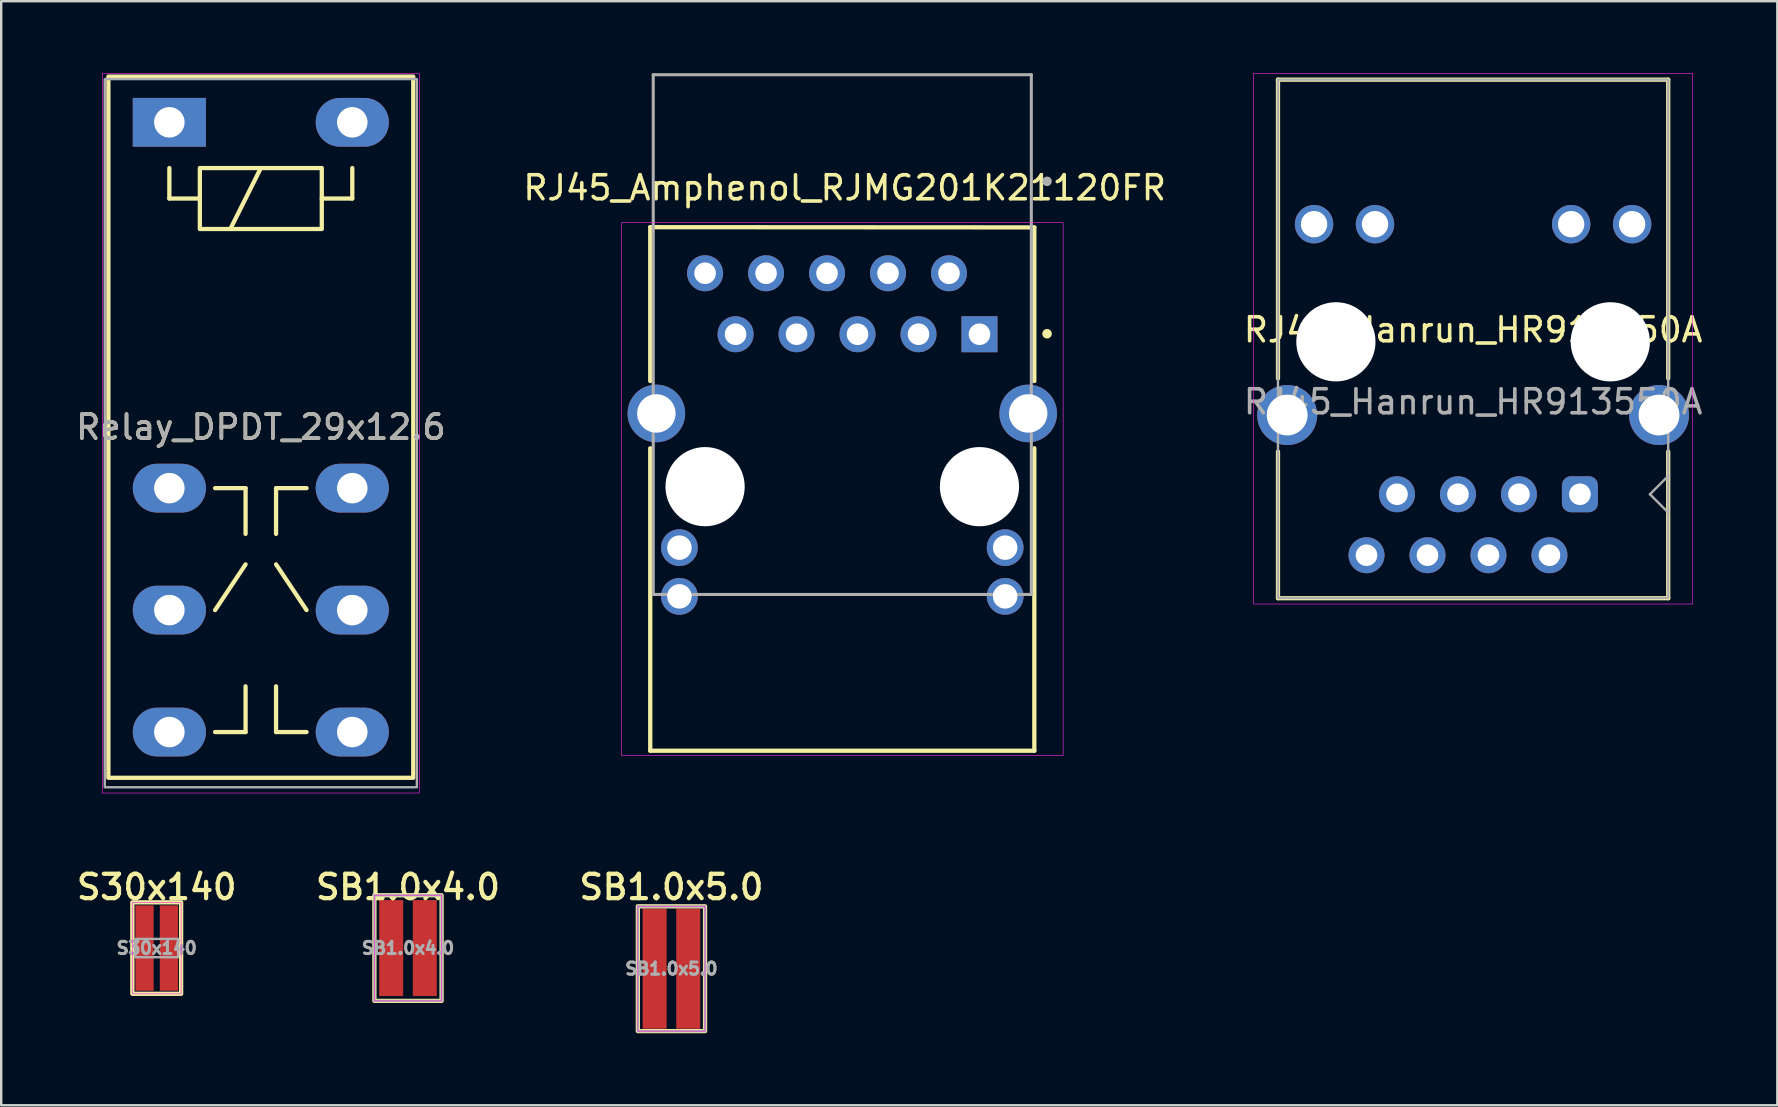
<source format=kicad_pcb>
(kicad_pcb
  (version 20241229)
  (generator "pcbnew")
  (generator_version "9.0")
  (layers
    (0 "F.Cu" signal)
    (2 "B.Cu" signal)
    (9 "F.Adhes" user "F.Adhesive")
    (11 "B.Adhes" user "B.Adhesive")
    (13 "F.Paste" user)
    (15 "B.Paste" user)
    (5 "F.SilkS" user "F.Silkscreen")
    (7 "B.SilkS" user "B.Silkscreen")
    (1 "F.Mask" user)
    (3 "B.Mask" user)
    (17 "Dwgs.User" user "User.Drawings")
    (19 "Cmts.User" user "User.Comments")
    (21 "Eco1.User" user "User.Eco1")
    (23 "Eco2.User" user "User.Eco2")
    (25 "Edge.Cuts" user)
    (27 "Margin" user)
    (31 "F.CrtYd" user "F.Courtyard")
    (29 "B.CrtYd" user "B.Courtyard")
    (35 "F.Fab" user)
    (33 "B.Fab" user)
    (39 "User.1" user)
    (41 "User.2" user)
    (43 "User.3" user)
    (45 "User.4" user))
  (footprint "S30x140"
    (layer "F.Cu")
    (at 3.479 36.444)
    (property "Reference" "S30x140" (at 0 -2.54 0) (layer "F.SilkS") (effects (font (size 1.016 1.016) (thickness 0.178))))
    (attr smd)
    (fp_rect (start -1.016 -1.905) (end 1.016 1.905) (stroke (width 0.178) (type solid)) (fill no) (layer "F.SilkS"))
    (fp_rect (start -1.016 -1.905) (end 1.016 1.905) (stroke (width 0.025) (type solid)) (fill no) (layer "F.CrtYd"))
    (fp_rect (start -0.889 -0.381) (end 0.889 0.381) (stroke (width 0.1) (type solid)) (fill no) (layer "F.Fab"))
    (fp_text user "${REFERENCE}" (at 0 0 0) (layer "F.Fab") (effects (font (size 0.508 0.508) (thickness 0.127))))
    (pad "1" smd rect (at -0.508 0) (size 0.762 3.556) (layers "F.Cu" "F.Mask" "F.Paste"))
    (pad "2" smd rect (at 0.508 0) (size 0.762 3.556) (layers "F.Cu" "F.Mask" "F.Paste")))
  (footprint "RJ45_Amphenol_RJMG201K21120FR"
    (layer "F.Cu")
    (at 32.037 10.873)
    (property "Reference" "RJ45_Amphenol_RJMG201K21120FR" (at 0.1 -6.1 0) (layer "F.SilkS") (effects (font (size 1 1) (thickness 0.15))))
    (attr through_hole)
    (fp_line (start -8 -4.46) (end 8 -4.45) (stroke (width 0.178) (type solid)) (layer "F.SilkS"))
    (fp_line (start -8 1.95) (end -8 -4.46) (stroke (width 0.178) (type solid)) (layer "F.SilkS"))
    (fp_line (start -8 17.35) (end -8 4.75) (stroke (width 0.178) (type solid)) (layer "F.SilkS"))
    (fp_line (start 8 -4.45) (end 8 1.95) (stroke (width 0.178) (type solid)) (layer "F.SilkS"))
    (fp_line (start 8 17.35) (end -8 17.35) (stroke (width 0.178) (type solid)) (layer "F.SilkS"))
    (fp_line (start 8 17.35) (end 8 4.75) (stroke (width 0.178) (type solid)) (layer "F.SilkS"))
    (fp_circle (center 8.53 -0.02) (end 8.63 -0.02) (stroke (width 0.2) (type solid)) (fill no) (layer "F.SilkS"))
    (fp_rect (start -9.2 -4.65) (end 9.2 17.55) (stroke (width 0.025) (type default)) (fill no) (layer "F.CrtYd"))
    (fp_line (start -7.875 -10.81) (end 7.875 -10.81) (stroke (width 0.127) (type solid)) (layer "F.Fab"))
    (fp_line (start -7.875 10.84) (end -7.875 -10.81) (stroke (width 0.127) (type solid)) (layer "F.Fab"))
    (fp_line (start 7.875 -10.81) (end 7.875 10.84) (stroke (width 0.127) (type solid)) (layer "F.Fab"))
    (fp_line (start 7.875 10.84) (end -7.875 10.84) (stroke (width 0.127) (type solid)) (layer "F.Fab"))
    (fp_circle (center 8.53 -6.37) (end 8.63 -6.37) (stroke (width 0.2) (type solid)) (fill no) (layer "F.Fab"))
    (pad "" np_thru_hole circle (at -5.715 6.35) (size 3.3 3.3) (drill 3.3) (layers "*.Cu" "*.Mask"))
    (pad "" np_thru_hole circle (at 5.715 6.35) (size 3.3 3.3) (drill 3.3) (layers "*.Cu" "*.Mask"))
    (pad "L1" thru_hole circle (at -6.785 10.92) (size 1.53 1.53) (drill 1.02) (layers "*.Cu" "*.Mask"))
    (pad "L2" thru_hole circle (at -6.785 8.89) (size 1.53 1.53) (drill 1.02) (layers "*.Cu" "*.Mask"))
    (pad "L3" thru_hole circle (at 6.785 10.92) (size 1.53 1.53) (drill 1.02) (layers "*.Cu" "*.Mask"))
    (pad "L4" thru_hole circle (at 6.785 8.89) (size 1.53 1.53) (drill 1.02) (layers "*.Cu" "*.Mask"))
    (pad "P1" thru_hole rect (at 5.715 0) (size 1.5 1.5) (drill 0.9) (layers "*.Cu" "*.Mask"))
    (pad "P2" thru_hole circle (at 4.445 -2.54) (size 1.5 1.5) (drill 0.9) (layers "*.Cu" "*.Mask"))
    (pad "P3" thru_hole circle (at 3.175 0) (size 1.5 1.5) (drill 0.9) (layers "*.Cu" "*.Mask"))
    (pad "P4" thru_hole circle (at 1.905 -2.54) (size 1.5 1.5) (drill 0.9) (layers "*.Cu" "*.Mask"))
    (pad "P5" thru_hole circle (at 0.635 0) (size 1.5 1.5) (drill 0.9) (layers "*.Cu" "*.Mask"))
    (pad "P6" thru_hole circle (at -0.635 -2.54) (size 1.5 1.5) (drill 0.9) (layers "*.Cu" "*.Mask"))
    (pad "P7" thru_hole circle (at -1.905 0) (size 1.5 1.5) (drill 0.9) (layers "*.Cu" "*.Mask"))
    (pad "P8" thru_hole circle (at -3.175 -2.54) (size 1.5 1.5) (drill 0.9) (layers "*.Cu" "*.Mask"))
    (pad "P9" thru_hole circle (at -4.445 0) (size 1.5 1.5) (drill 0.9) (layers "*.Cu" "*.Mask"))
    (pad "P10" thru_hole circle (at -5.715 -2.54) (size 1.5 1.5) (drill 0.9) (layers "*.Cu" "*.Mask"))
    (pad "SH" thru_hole circle (at -7.745 3.3) (size 2.4 2.4) (drill 1.6) (layers "*.Cu" "*.Mask"))
    (pad "SH" thru_hole circle (at 7.745 3.3) (size 2.4 2.4) (drill 1.6) (layers "*.Cu" "*.Mask")))
  (footprint "SB1.0x4.0"
    (layer "F.Cu")
    (at 13.946 36.444)
    (property "Reference" "SB1.0x4.0" (at 0 -2.54 0) (layer "F.SilkS") (effects (font (size 1.016 1.016) (thickness 0.178))))
    (attr smd)
    (fp_rect (start -1.4 -2.2) (end 1.4 2.2) (stroke (width 0.178) (type solid)) (fill no) (layer "F.SilkS"))
    (fp_rect (start -1.4 -2.2) (end 1.4 2.2) (stroke (width 0.025) (type solid)) (fill no) (layer "F.CrtYd"))
    (fp_rect (start -1.4 -2.2) (end 1.4 2.2) (stroke (width 0.1) (type solid)) (fill no) (layer "F.Fab"))
    (fp_text user "${REFERENCE}" (at 0 0 0) (layer "F.Fab") (effects (font (size 0.508 0.508) (thickness 0.127))))
    (pad "1" smd rect (at -0.7 0) (size 1 4) (layers "F.Cu" "F.Mask" "F.Paste"))
    (pad "2" smd rect (at 0.7 0) (size 1 4) (layers "F.Cu" "F.Mask" "F.Paste")))
  (footprint "RJ45_Hanrun_HR913550A"
    (layer "F.Cu")
    (at 58.315 11.189)
    (property "Reference" "RJ45_Hanrun_HR913550A" (at 0 -0.5 0) (unlocked yes) (layer "F.SilkS") (effects (font (size 1 1) (thickness 0.15))))
    (fp_line (start -8.128 -10.92) (end 8.128 -10.92) (stroke (width 0.178) (type solid)) (layer "F.SilkS"))
    (fp_line (start -8.128 1.524) (end -8.128 -10.92) (stroke (width 0.178) (type solid)) (layer "F.SilkS"))
    (fp_line (start -8.128 10.68) (end -8.128 4.572) (stroke (width 0.178) (type solid)) (layer "F.SilkS"))
    (fp_line (start 8.128 -10.92) (end 8.128 1.524) (stroke (width 0.178) (type solid)) (layer "F.SilkS"))
    (fp_line (start 8.128 4.572) (end 8.128 10.68) (stroke (width 0.178) (type solid)) (layer "F.SilkS"))
    (fp_line (start 8.128 10.68) (end -8.128 10.68) (stroke (width 0.178) (type solid)) (layer "F.SilkS"))
    (fp_rect (start -9.144 10.922) (end 9.144 -11.176) (stroke (width 0.025) (type solid)) (fill no) (layer "F.CrtYd"))
    (fp_line (start 7.366 6.35) (end 8.128 5.588) (stroke (width 0.1) (type solid)) (layer "F.Fab"))
    (fp_line (start 8.128 7.112) (end 7.366 6.35) (stroke (width 0.1) (type solid)) (layer "F.Fab"))
    (fp_rect (start -8.128 10.668) (end 8.128 -10.922) (stroke (width 0.1) (type solid)) (fill no) (layer "F.Fab"))
    (fp_text user "${REFERENCE}" (at 0 2.5 0) (unlocked yes) (layer "F.Fab") (effects (font (size 1 1) (thickness 0.15))))
    (pad "" np_thru_hole circle (at -5.715 0) (size 3.3 3.3) (drill 3.3) (layers "*.Cu" "*.Mask"))
    (pad "" np_thru_hole circle (at 5.715 0) (size 3.3 3.3) (drill 3.3) (layers "*.Cu" "*.Mask"))
    (pad "L1" thru_hole circle (at -6.625 -4.9) (size 1.6 1.6) (drill 1.1) (layers "*.Cu" "*.Mask"))
    (pad "L2" thru_hole circle (at -4.085 -4.9) (size 1.6 1.6) (drill 1.1) (layers "*.Cu" "*.Mask"))
    (pad "L3" thru_hole circle (at 4.085 -4.9) (size 1.6 1.6) (drill 1.1) (layers "*.Cu" "*.Mask"))
    (pad "L4" thru_hole circle (at 6.625 -4.9) (size 1.6 1.6) (drill 1.1) (layers "*.Cu" "*.Mask"))
    (pad "R1" thru_hole roundrect (at 4.45 6.35) (size 1.5 1.5) (drill 0.9) (layers "*.Cu" "*.Mask") (roundrect_rratio 0.25))
    (pad "R2" thru_hole circle (at 3.18 8.89) (size 1.5 1.5) (drill 0.9) (layers "*.Cu" "*.Mask"))
    (pad "R3" thru_hole circle (at 1.91 6.35) (size 1.5 1.5) (drill 0.9) (layers "*.Cu" "*.Mask"))
    (pad "R4" thru_hole circle (at 0.64 8.89) (size 1.5 1.5) (drill 0.9) (layers "*.Cu" "*.Mask"))
    (pad "R5" thru_hole circle (at -0.63 6.35) (size 1.5 1.5) (drill 0.9) (layers "*.Cu" "*.Mask"))
    (pad "R6" thru_hole circle (at -1.9 8.89) (size 1.5 1.5) (drill 0.9) (layers "*.Cu" "*.Mask"))
    (pad "R7" thru_hole circle (at -3.17 6.35) (size 1.5 1.5) (drill 0.9) (layers "*.Cu" "*.Mask"))
    (pad "R8" thru_hole circle (at -4.44 8.89) (size 1.5 1.5) (drill 0.9) (layers "*.Cu" "*.Mask"))
    (pad "SH" thru_hole circle (at -7.745 3.05) (size 2.5 2.5) (drill 1.7) (layers "*.Cu" "*.Mask"))
    (pad "SH" thru_hole circle (at 7.745 3.05) (size 2.5 2.5) (drill 1.7) (layers "*.Cu" "*.Mask")))
  (footprint "Relay_DPDT_29x12.6"
    (layer "F.Cu")
    (at 7.815 14.745)
    (property "Reference" "Relay_DPDT_29x12.6" (at 0 0 0) (layer "F.SilkS") (effects (font (size 1 1) (thickness 0.15))))
    (attr through_hole)
    (fp_line (start -3.81 -10.795) (end -3.81 -9.525) (stroke (width 0.178) (type solid)) (layer "F.SilkS"))
    (fp_line (start -3.81 -9.525) (end -2.54 -9.525) (stroke (width 0.178) (type solid)) (layer "F.SilkS"))
    (fp_line (start -1.905 2.54) (end -0.635 2.54) (stroke (width 0.178) (type solid)) (layer "F.SilkS"))
    (fp_line (start -1.905 7.62) (end -0.635 5.715) (stroke (width 0.178) (type solid)) (layer "F.SilkS"))
    (fp_line (start -1.905 12.7) (end -0.635 12.7) (stroke (width 0.178) (type solid)) (layer "F.SilkS"))
    (fp_line (start -1.27 -8.255) (end 0 -10.795) (stroke (width 0.178) (type solid)) (layer "F.SilkS"))
    (fp_line (start -0.635 2.54) (end -0.635 4.445) (stroke (width 0.178) (type solid)) (layer "F.SilkS"))
    (fp_line (start -0.635 10.795) (end -0.635 12.7) (stroke (width 0.178) (type solid)) (layer "F.SilkS"))
    (fp_line (start 0.635 2.54) (end 0.635 4.445) (stroke (width 0.178) (type solid)) (layer "F.SilkS"))
    (fp_line (start 0.635 2.54) (end 1.905 2.54) (stroke (width 0.178) (type solid)) (layer "F.SilkS"))
    (fp_line (start 0.635 10.795) (end 0.635 12.7) (stroke (width 0.178) (type solid)) (layer "F.SilkS"))
    (fp_line (start 0.635 12.7) (end 1.905 12.7) (stroke (width 0.178) (type solid)) (layer "F.SilkS"))
    (fp_line (start 1.905 7.62) (end 0.635 5.715) (stroke (width 0.178) (type solid)) (layer "F.SilkS"))
    (fp_line (start 3.81 -10.795) (end 3.81 -9.525) (stroke (width 0.178) (type solid)) (layer "F.SilkS"))
    (fp_line (start 3.81 -9.525) (end 2.54 -9.525) (stroke (width 0.178) (type solid)) (layer "F.SilkS"))
    (fp_rect (start -6.35 -14.605) (end 6.35 14.605) (stroke (width 0.178) (type solid)) (fill no) (layer "F.SilkS"))
    (fp_rect (start -2.54 -10.795) (end 2.54 -8.255) (stroke (width 0.178) (type solid)) (fill no) (layer "F.SilkS"))
    (fp_rect (start -6.604 -14.732) (end 6.604 15.24) (stroke (width 0.025) (type solid)) (fill no) (layer "F.CrtYd"))
    (fp_rect (start -6.5 -14.5) (end 6.5 15) (stroke (width 0.1) (type solid)) (fill no) (layer "F.Fab"))
    (fp_text user "${REFERENCE}" (at 0 0 180) (layer "F.Fab") (effects (font (size 1 1) (thickness 0.15))))
    (pad "CO1" thru_hole oval (at -3.81 7.62 90) (size 2.032 3.048) (drill 1.27) (layers "*.Cu" "*.Mask"))
    (pad "CO2" thru_hole oval (at 3.81 7.62 90) (size 2.032 3.048) (drill 1.27) (layers "*.Cu" "*.Mask"))
    (pad "N" thru_hole oval (at 3.81 -12.7) (size 3.048 2.032) (drill 1.27) (layers "*.Cu" "*.Mask"))
    (pad "NC1" thru_hole oval (at -3.81 2.54 90) (size 2.032 3.048) (drill 1.27) (layers "*.Cu" "*.Mask"))
    (pad "NC2" thru_hole oval (at 3.81 2.54 90) (size 2.032 3.048) (drill 1.27) (layers "*.Cu" "*.Mask"))
    (pad "NO1" thru_hole oval (at -3.81 12.7 90) (size 2.032 3.048) (drill 1.27) (layers "*.Cu" "*.Mask"))
    (pad "NO2" thru_hole oval (at 3.81 12.7 90) (size 2.032 3.048) (drill 1.27) (layers "*.Cu" "*.Mask"))
    (pad "P" thru_hole rect (at -3.81 -12.7) (size 3.048 2.032) (drill 1.27) (layers "*.Cu" "*.Mask")))
  (footprint "SB1.0x5.0"
    (layer "F.Cu")
    (at 24.92 37.304)
    (property "Reference" "SB1.0x5.0" (at 0 -3.4 0) (layer "F.SilkS") (effects (font (size 1.016 1.016) (thickness 0.178))))
    (attr smd)
    (fp_rect (start -1.4 -2.6) (end 1.4 2.6) (stroke (width 0.178) (type solid)) (fill no) (layer "F.SilkS"))
    (fp_rect (start -1.4 -2.6) (end 1.4 2.6) (stroke (width 0.025) (type solid)) (fill no) (layer "F.CrtYd"))
    (fp_rect (start -1.4 -2.6) (end 1.4 2.6) (stroke (width 0.1) (type solid)) (fill no) (layer "F.Fab"))
    (fp_text user "${REFERENCE}" (at 0 0 0) (layer "F.Fab") (effects (font (size 0.508 0.508) (thickness 0.127))))
    (pad "1" smd rect (at -0.7 0) (size 1 5) (layers "F.Cu" "F.Mask" "F.Paste"))
    (pad "2" smd rect (at 0.7 0) (size 1 5) (layers "F.Cu" "F.Mask" "F.Paste")))
  (gr_rect
    (start -3 -3)
    (end 70.988 42.993)
    (stroke (width 0.1) (type default))
    (fill no)
    (layer "Edge.Cuts")))
</source>
